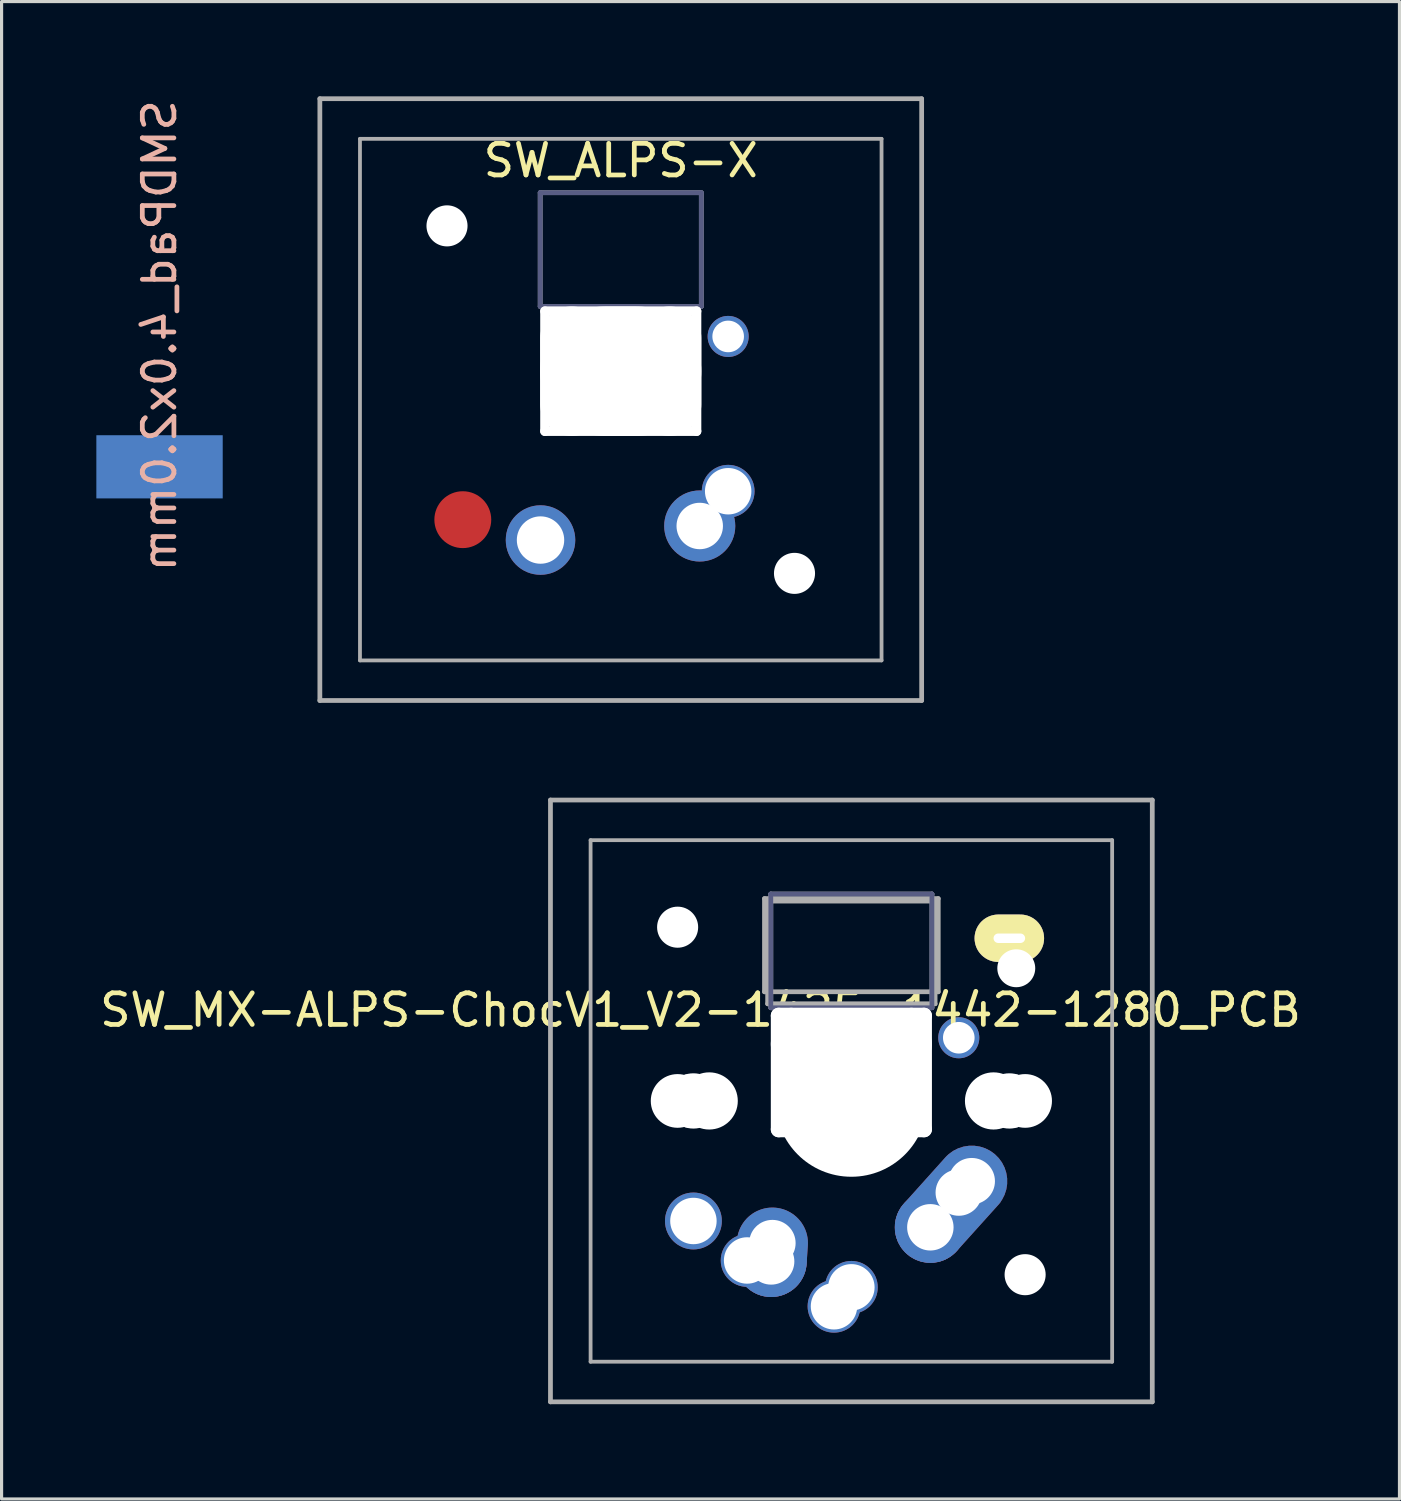
<source format=kicad_pcb>
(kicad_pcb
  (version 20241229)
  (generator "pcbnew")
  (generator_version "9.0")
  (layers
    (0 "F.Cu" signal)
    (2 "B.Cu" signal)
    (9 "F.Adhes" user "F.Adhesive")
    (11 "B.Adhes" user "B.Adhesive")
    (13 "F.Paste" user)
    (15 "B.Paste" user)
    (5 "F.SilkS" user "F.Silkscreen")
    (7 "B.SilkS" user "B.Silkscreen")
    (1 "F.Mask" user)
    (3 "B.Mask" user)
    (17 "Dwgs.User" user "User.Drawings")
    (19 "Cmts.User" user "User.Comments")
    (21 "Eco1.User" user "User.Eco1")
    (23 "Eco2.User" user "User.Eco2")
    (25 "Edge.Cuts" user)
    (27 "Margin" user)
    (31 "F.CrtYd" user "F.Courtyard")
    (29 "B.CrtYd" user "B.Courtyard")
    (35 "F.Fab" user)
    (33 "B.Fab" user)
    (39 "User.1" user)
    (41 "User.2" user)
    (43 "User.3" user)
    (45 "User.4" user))
  (footprint "SW_ALPS-X"
    (layer "F.Cu")
    (at 16.6 9.6)
    (property "Reference" "SW_ALPS-X" (at 0 -7.567 0) (unlocked yes) (layer "F.SilkS") (effects (font (size 1 1) (thickness 0.15))))
    (attr through_hole)
    (fp_line (start -2.55 -6.55) (end 2.55 -6.55) (stroke (width 0.15) (type solid)) (layer "B.Fab"))
    (fp_line (start -2.55 -2.95) (end -2.55 -6.55) (stroke (width 0.15) (type solid)) (layer "B.Fab"))
    (fp_line (start 2.55 -6.55) (end 2.55 -2.95) (stroke (width 0.15) (type solid)) (layer "B.Fab"))
    (fp_line (start 2.55 -2.95) (end -2.55 -2.95) (stroke (width 0.15) (type solid)) (layer "B.Fab"))
    (fp_line (start -9.525 -9.525) (end 9.525 -9.525) (stroke (width 0.15) (type solid)) (layer "F.Fab"))
    (fp_line (start -9.525 9.525) (end -9.525 -9.525) (stroke (width 0.15) (type solid)) (layer "F.Fab"))
    (fp_line (start -8.255 -8.255) (end 8.255 -8.255) (stroke (width 0.12) (type solid)) (layer "F.Fab"))
    (fp_line (start -8.255 8.255) (end -8.255 -8.255) (stroke (width 0.12) (type solid)) (layer "F.Fab"))
    (fp_line (start -2.55 -6.55) (end -2.55 -2.95) (stroke (width 0.15) (type solid)) (layer "F.Fab"))
    (fp_line (start -2.55 -2.95) (end 2.55 -2.95) (stroke (width 0.15) (type solid)) (layer "F.Fab"))
    (fp_line (start 2.55 -6.55) (end -2.55 -6.55) (stroke (width 0.15) (type solid)) (layer "F.Fab"))
    (fp_line (start 2.55 -2.95) (end 2.55 -6.55) (stroke (width 0.15) (type solid)) (layer "F.Fab"))
    (fp_line (start 8.255 -8.255) (end 8.255 8.255) (stroke (width 0.12) (type solid)) (layer "F.Fab"))
    (fp_line (start 8.255 8.255) (end -8.255 8.255) (stroke (width 0.12) (type solid)) (layer "F.Fab"))
    (fp_line (start 9.525 -9.525) (end 9.525 9.525) (stroke (width 0.15) (type solid)) (layer "F.Fab"))
    (fp_line (start 9.525 9.525) (end -9.525 9.525) (stroke (width 0.15) (type solid)) (layer "F.Fab"))
    (pad "" np_thru_hole circle (at -5.5 -5.5) (size 1.3 1.3) (drill 1.3) (layers "*.Cu" "*.Mask"))
    (pad "" np_thru_hole oval (at -2.4 -0.9 180) (size 0.3 4.1) (drill oval 0.3 4.1) (layers "*.Cu" "*.Mask"))
    (pad "" np_thru_hole oval (at -1.55 -0.9 180) (size 2 4.1) (drill oval 2 4.1) (layers "*.Cu" "*.Mask"))
    (pad "" np_thru_hole oval (at 0 -2.8 180) (size 5.1 0.3) (drill oval 5.1 0.3) (layers "*.Cu" "*.Mask"))
    (pad "" np_thru_hole oval (at 0 -0.9 180) (size 5.1 4.1) (drill oval 5.1 4.1) (layers "*.Cu" "*.Mask"))
    (pad "" np_thru_hole oval (at 0 1 180) (size 5.1 0.3) (drill oval 5.1 0.3) (layers "*.Cu" "*.Mask"))
    (pad "" np_thru_hole oval (at 1.55 -0.9 180) (size 2 4.1) (drill oval 2 4.1) (layers "*.Cu" "*.Mask"))
    (pad "" np_thru_hole oval (at 2.4 -0.9 180) (size 0.3 4.1) (drill oval 0.3 4.1) (layers "*.Cu" "*.Mask"))
    (pad "" np_thru_hole circle (at 5.5 5.5) (size 1.3 1.3) (drill 1.3) (layers "*.Cu" "*.Mask"))
    (pad "1" smd circle (at -5 3.8 180) (size 1.8 1.8) (layers "F.Cu" "F.Mask" "F.Paste"))
    (pad "1" thru_hole circle (at 3.4 -2) (size 1.3 1.3) (drill 1) (layers "*.Cu" "*.Mask"))
    (pad "2" thru_hole circle (at 2.5 4 180) (size 2.25 2.25) (drill 1.47) (layers "*.Cu" "B.Mask"))
    (pad "2" thru_hole circle (at 3.4 2.9) (size 1.67 1.67) (drill 1.47) (layers "*.Cu" "*.Mask"))
    (pad "3" thru_hole circle (at -2.54 4.445 180) (size 2.2 2.2) (drill 1.5) (layers "*.Cu" "*.Mask")))
  (footprint "SMDPad_4.0x2.0mm"
    (layer "F.Cu")
    (at 2 10.727)
    (property "Reference" "SMDPad_4.0x2.0mm" (at 0 -3.15 90) (layer "B.SilkS") (effects (font (size 1 1) (thickness 0.15)) (justify mirror)))
    (attr smd)
    (pad "1" smd rect (at 0 0) (size 4 2) (drill (offset 0 1)) (layers "B.Cu" "B.Mask" "B.Paste")))
  (footprint "SW_MX-ALPS-ChocV1_V2-1425-1442-1280_PCB"
    (layer "F.Cu")
    (at 23.9 31.8)
    (property "Reference" "SW_MX-ALPS-ChocV1_V2-1425-1442-1280_PCB" (at -4.775 -2.877 0) (unlocked yes) (layer "F.SilkS") (effects (font (size 1 1) (thickness 0.15))))
    (attr through_hole)
    (fp_line (start -2.55 -6.55) (end 2.55 -6.55) (stroke (width 0.15) (type solid)) (layer "B.Fab"))
    (fp_line (start -2.55 -2.95) (end -2.55 -6.55) (stroke (width 0.15) (type solid)) (layer "B.Fab"))
    (fp_line (start 2.55 -6.55) (end 2.55 -2.95) (stroke (width 0.15) (type solid)) (layer "B.Fab"))
    (fp_line (start 2.55 -2.95) (end -2.55 -2.95) (stroke (width 0.15) (type solid)) (layer "B.Fab"))
    (fp_line (start -9.525 -9.525) (end 9.525 -9.525) (stroke (width 0.15) (type solid)) (layer "F.Fab"))
    (fp_line (start -9.525 9.525) (end -9.525 -9.525) (stroke (width 0.15) (type solid)) (layer "F.Fab"))
    (fp_line (start -8.255 -8.255) (end 8.255 -8.255) (stroke (width 0.12) (type solid)) (layer "F.Fab"))
    (fp_line (start -8.255 8.255) (end -8.255 -8.255) (stroke (width 0.12) (type solid)) (layer "F.Fab"))
    (fp_line (start -2.75 -6.405) (end 2.75 -6.405) (stroke (width 0.15) (type solid)) (layer "F.Fab"))
    (fp_line (start -2.75 -3.455) (end -2.75 -6.405) (stroke (width 0.15) (type solid)) (layer "F.Fab"))
    (fp_line (start -2.75 -3.455) (end 2.75 -3.455) (stroke (width 0.15) (type solid)) (layer "F.Fab"))
    (fp_line (start -2.65 -6.325) (end -2.65 -3.075) (stroke (width 0.15) (type solid)) (layer "F.Fab"))
    (fp_line (start -2.65 -6.325) (end 2.65 -6.325) (stroke (width 0.15) (type solid)) (layer "F.Fab"))
    (fp_line (start -2.65 -3.075) (end 2.65 -3.075) (stroke (width 0.15) (type solid)) (layer "F.Fab"))
    (fp_line (start -2.55 -6.55) (end -2.55 -2.95) (stroke (width 0.15) (type solid)) (layer "F.Fab"))
    (fp_line (start -2.55 -2.95) (end 2.55 -2.95) (stroke (width 0.15) (type solid)) (layer "F.Fab"))
    (fp_line (start 2.55 -6.55) (end -2.55 -6.55) (stroke (width 0.15) (type solid)) (layer "F.Fab"))
    (fp_line (start 2.55 -2.95) (end 2.55 -6.55) (stroke (width 0.15) (type solid)) (layer "F.Fab"))
    (fp_line (start 2.65 -6.325) (end 2.65 -3.075) (stroke (width 0.15) (type solid)) (layer "F.Fab"))
    (fp_line (start 2.75 -3.455) (end 2.75 -6.405) (stroke (width 0.15) (type solid)) (layer "F.Fab"))
    (fp_line (start 8.255 -8.255) (end 8.255 8.255) (stroke (width 0.12) (type solid)) (layer "F.Fab"))
    (fp_line (start 8.255 8.255) (end -8.255 8.255) (stroke (width 0.12) (type solid)) (layer "F.Fab"))
    (fp_line (start 9.525 -9.525) (end 9.525 9.525) (stroke (width 0.15) (type solid)) (layer "F.Fab"))
    (fp_line (start 9.525 9.525) (end -9.525 9.525) (stroke (width 0.15) (type solid)) (layer "F.Fab"))
    (pad "" np_thru_hole circle (at -5.5 -5.5) (size 1.3 1.3) (drill 1.3) (layers "*.Cu" "*.Mask"))
    (pad "" np_thru_hole circle (at -5.5 0 228.1) (size 1.7 1.7) (drill 1.7) (layers "*.Cu" "*.Mask"))
    (pad "" np_thru_hole circle (at -5.08 0) (size 1.7 1.7) (drill 1.7) (layers "*.Cu" "*.Mask"))
    (pad "" np_thru_hole circle (at -5 0) (size 1.75 1.75) (drill 1.75) (layers "*.Cu" "*.Mask"))
    (pad "" np_thru_hole circle (at -4.5 0) (size 1.81 1.81) (drill 1.81) (layers "*.Cu" "*.Mask"))
    (pad "" np_thru_hole oval (at -2.3 -0.9 180) (size 0.5 4.1) (drill oval 0.5 4.1) (layers "*.Cu" "*.Mask"))
    (pad "" np_thru_hole oval (at -1.905 -0.9 180) (size 0.5 4.1) (drill oval 0.5 4.1) (layers "*.Cu" "*.Mask"))
    (pad "" np_thru_hole oval (at 0 -2.7 180) (size 5.1 0.5) (drill oval 5.1 0.5) (layers "*.Cu" "*.Mask"))
    (pad "" np_thru_hole oval (at 0 -1.8 180) (size 5.1 1.5) (drill oval 5.1 1.5) (layers "*.Cu" "*.Mask"))
    (pad "" np_thru_hole circle (at 0 0) (size 4.8 4.8) (drill 4.8) (layers "*.Cu" "*.Mask"))
    (pad "" np_thru_hole oval (at 0 0.9 180) (size 5.1 0.5) (drill oval 5.1 0.5) (layers "*.Cu" "*.Mask"))
    (pad "" np_thru_hole oval (at 1.9 -0.9 180) (size 0.5 4.1) (drill oval 0.5 4.1) (layers "*.Cu" "*.Mask"))
    (pad "" np_thru_hole oval (at 2.3 -0.9 180) (size 0.5 4.1) (drill oval 0.5 4.1) (layers "*.Cu" "*.Mask"))
    (pad "" np_thru_hole circle (at 4.5 0) (size 1.81 1.81) (drill 1.81) (layers "*.Cu" "*.Mask"))
    (pad "" thru_hole oval (at 5 -5.15 180) (size 2.2 1.5) (drill oval 1 0.3) (layers "*.Cu" "B.Mask" "F.SilkS"))
    (pad "" np_thru_hole circle (at 5 0) (size 1.75 1.75) (drill 1.75) (layers "*.Cu" "*.Mask"))
    (pad "" np_thru_hole circle (at 5.08 0) (size 1.7 1.7) (drill 1.7) (layers "*.Cu" "*.Mask"))
    (pad "" np_thru_hole circle (at 5.22 -4.2 228.1) (size 1.2 1.2) (drill 1.2) (layers "*.Cu" "*.Mask"))
    (pad "" np_thru_hole circle (at 5.5 0 228.1) (size 1.7 1.7) (drill 1.7) (layers "*.Cu" "*.Mask"))
    (pad "" np_thru_hole circle (at 5.5 5.5) (size 1.3 1.3) (drill 1.3) (layers "*.Cu" "*.Mask"))
    (pad "1" thru_hole circle (at -5 3.8 180) (size 1.8 1.8) (drill 1.47) (layers "*.Cu" "*.Mask"))
    (pad "1" thru_hole circle (at 3.4 -2) (size 1.3 1.3) (drill 1) (layers "*.Cu" "*.Mask"))
    (pad "2" thru_hole circle (at -0.55 6.5 180) (size 1.67 1.67) (drill 1.47) (layers "*.Cu" "*.Mask"))
    (pad "2" thru_hole circle (at 0 5.9 180) (size 1.67 1.67) (drill 1.47) (layers "*.Cu" "*.Mask"))
    (pad "2" thru_hole circle (at 2.5 4 180) (size 2.25 2.25) (drill 1.47) (layers "*.Cu" "B.Mask"))
    (pad "2" thru_hole circle (at 3.4 2.9) (size 1.67 1.67) (drill 1.47) (layers "*.Cu" "*.Mask"))
    (pad "2" thru_hole custom (at 3.81 2.54 180) (size 2.25 2.25) (drill 1.47) (layers "*.Cu" "*.Mask") (options (anchor circle)) (primitives (gr_line (start 1.61 -1.16) (end 0.3 0.3) (width 1.4)) (gr_line (start 1.008 -1.758) (end -0.34 -0.26) (width 1.4)) (gr_arc (start 1.01 -1.76) (mid 1.61 -1.76) (end 1.61 -1.16) (width 1.4))))
    (pad "3" thru_hole circle (at -3.3 5.05 180) (size 1.67 1.67) (drill 1.47) (layers "*.Cu" "*.Mask"))
    (pad "3" thru_hole circle (at -2.54 5.08 180) (size 2.25 2.25) (drill 1.47) (layers "*.Cu" "*.Mask"))
    (pad "3" thru_hole oval (at -2.5 4.5 266.1) (size 2.831 2.25) (drill 1.47 (offset 0.291 0)) (layers "*.Cu" "*.Mask")))
  (gr_rect
    (start -3 -3)
    (end 41.25 44.4)
    (stroke (width 0.1) (type default))
    (fill no)
    (layer "Edge.Cuts")))
</source>
